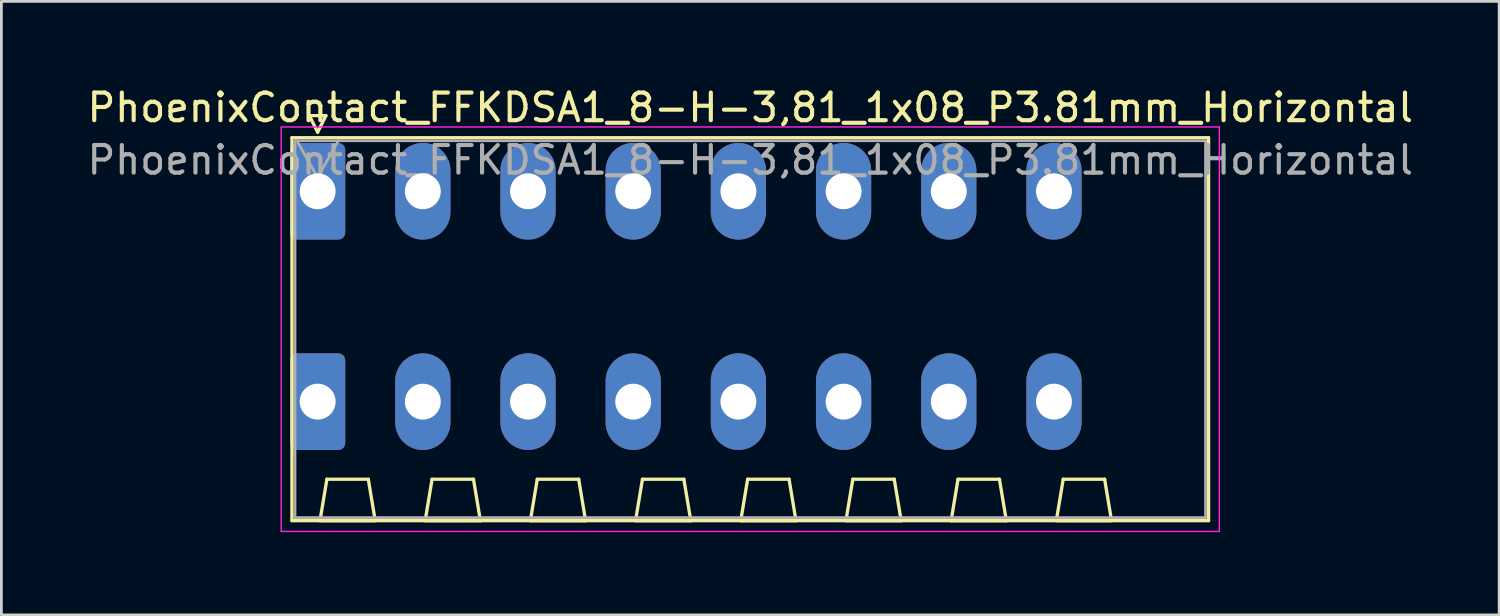
<source format=kicad_pcb>
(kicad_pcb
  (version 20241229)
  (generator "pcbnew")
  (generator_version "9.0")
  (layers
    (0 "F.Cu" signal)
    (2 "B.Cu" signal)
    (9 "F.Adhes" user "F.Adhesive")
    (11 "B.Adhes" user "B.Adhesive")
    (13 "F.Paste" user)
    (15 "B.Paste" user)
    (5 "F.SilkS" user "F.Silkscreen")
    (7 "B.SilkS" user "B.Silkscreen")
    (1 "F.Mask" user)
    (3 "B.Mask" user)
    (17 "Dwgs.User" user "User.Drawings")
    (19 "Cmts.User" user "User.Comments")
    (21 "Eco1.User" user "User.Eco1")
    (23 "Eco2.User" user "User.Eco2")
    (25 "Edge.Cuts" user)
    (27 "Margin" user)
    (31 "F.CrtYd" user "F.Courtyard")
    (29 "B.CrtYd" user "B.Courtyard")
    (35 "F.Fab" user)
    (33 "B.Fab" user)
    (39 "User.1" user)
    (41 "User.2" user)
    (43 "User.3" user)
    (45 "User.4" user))
  (footprint "PhoenixContact_FFKDSA1_8-H-3,81_1x08_P3.81mm_Horizontal"
    (layer "F.Cu")
    (at 8.455 3.878)
    (property "Reference" "PhoenixContact_FFKDSA1_8-H-3,81_1x08_P3.81mm_Horizontal" (at 15.67 -3.03 0) (layer "F.SilkS") (effects (font (size 1 1) (thickness 0.15))))
    (attr through_hole)
    (fp_line (start -0.93 -1.94) (end -0.93 11.93) (stroke (width 0.12) (type solid)) (layer "F.SilkS"))
    (fp_line (start -0.93 11.93) (end 32.27 11.93) (stroke (width 0.12) (type solid)) (layer "F.SilkS"))
    (fp_line (start -0.3 -2.74) (end 0.3 -2.74) (stroke (width 0.12) (type solid)) (layer "F.SilkS"))
    (fp_line (start 0 -2.14) (end -0.3 -2.74) (stroke (width 0.12) (type solid)) (layer "F.SilkS"))
    (fp_line (start 0.085 11.93) (end 2.085 11.93) (stroke (width 0.12) (type solid)) (layer "F.SilkS"))
    (fp_line (start 0.3 -2.74) (end 0 -2.14) (stroke (width 0.12) (type solid)) (layer "F.SilkS"))
    (fp_line (start 0.335 10.43) (end 0.085 11.93) (stroke (width 0.12) (type solid)) (layer "F.SilkS"))
    (fp_line (start 1.835 10.43) (end 0.335 10.43) (stroke (width 0.12) (type solid)) (layer "F.SilkS"))
    (fp_line (start 2.085 11.93) (end 1.835 10.43) (stroke (width 0.12) (type solid)) (layer "F.SilkS"))
    (fp_line (start 3.895 11.93) (end 5.895 11.93) (stroke (width 0.12) (type solid)) (layer "F.SilkS"))
    (fp_line (start 4.145 10.43) (end 3.895 11.93) (stroke (width 0.12) (type solid)) (layer "F.SilkS"))
    (fp_line (start 5.645 10.43) (end 4.145 10.43) (stroke (width 0.12) (type solid)) (layer "F.SilkS"))
    (fp_line (start 5.895 11.93) (end 5.645 10.43) (stroke (width 0.12) (type solid)) (layer "F.SilkS"))
    (fp_line (start 7.705 11.93) (end 9.705 11.93) (stroke (width 0.12) (type solid)) (layer "F.SilkS"))
    (fp_line (start 7.955 10.43) (end 7.705 11.93) (stroke (width 0.12) (type solid)) (layer "F.SilkS"))
    (fp_line (start 9.455 10.43) (end 7.955 10.43) (stroke (width 0.12) (type solid)) (layer "F.SilkS"))
    (fp_line (start 9.705 11.93) (end 9.455 10.43) (stroke (width 0.12) (type solid)) (layer "F.SilkS"))
    (fp_line (start 11.515 11.93) (end 13.515 11.93) (stroke (width 0.12) (type solid)) (layer "F.SilkS"))
    (fp_line (start 11.765 10.43) (end 11.515 11.93) (stroke (width 0.12) (type solid)) (layer "F.SilkS"))
    (fp_line (start 13.265 10.43) (end 11.765 10.43) (stroke (width 0.12) (type solid)) (layer "F.SilkS"))
    (fp_line (start 13.515 11.93) (end 13.265 10.43) (stroke (width 0.12) (type solid)) (layer "F.SilkS"))
    (fp_line (start 15.325 11.93) (end 17.325 11.93) (stroke (width 0.12) (type solid)) (layer "F.SilkS"))
    (fp_line (start 15.575 10.43) (end 15.325 11.93) (stroke (width 0.12) (type solid)) (layer "F.SilkS"))
    (fp_line (start 17.075 10.43) (end 15.575 10.43) (stroke (width 0.12) (type solid)) (layer "F.SilkS"))
    (fp_line (start 17.325 11.93) (end 17.075 10.43) (stroke (width 0.12) (type solid)) (layer "F.SilkS"))
    (fp_line (start 19.135 11.93) (end 21.135 11.93) (stroke (width 0.12) (type solid)) (layer "F.SilkS"))
    (fp_line (start 19.385 10.43) (end 19.135 11.93) (stroke (width 0.12) (type solid)) (layer "F.SilkS"))
    (fp_line (start 20.885 10.43) (end 19.385 10.43) (stroke (width 0.12) (type solid)) (layer "F.SilkS"))
    (fp_line (start 21.135 11.93) (end 20.885 10.43) (stroke (width 0.12) (type solid)) (layer "F.SilkS"))
    (fp_line (start 22.945 11.93) (end 24.945 11.93) (stroke (width 0.12) (type solid)) (layer "F.SilkS"))
    (fp_line (start 23.195 10.43) (end 22.945 11.93) (stroke (width 0.12) (type solid)) (layer "F.SilkS"))
    (fp_line (start 24.695 10.43) (end 23.195 10.43) (stroke (width 0.12) (type solid)) (layer "F.SilkS"))
    (fp_line (start 24.945 11.93) (end 24.695 10.43) (stroke (width 0.12) (type solid)) (layer "F.SilkS"))
    (fp_line (start 26.755 11.93) (end 28.755 11.93) (stroke (width 0.12) (type solid)) (layer "F.SilkS"))
    (fp_line (start 27.005 10.43) (end 26.755 11.93) (stroke (width 0.12) (type solid)) (layer "F.SilkS"))
    (fp_line (start 28.505 10.43) (end 27.005 10.43) (stroke (width 0.12) (type solid)) (layer "F.SilkS"))
    (fp_line (start 28.755 11.93) (end 28.505 10.43) (stroke (width 0.12) (type solid)) (layer "F.SilkS"))
    (fp_line (start 32.27 -1.94) (end -0.93 -1.94) (stroke (width 0.12) (type solid)) (layer "F.SilkS"))
    (fp_line (start 32.27 11.93) (end 32.27 -1.94) (stroke (width 0.12) (type solid)) (layer "F.SilkS"))
    (fp_line (start -1.32 -2.33) (end -1.32 12.32) (stroke (width 0.05) (type solid)) (layer "F.CrtYd"))
    (fp_line (start -1.32 12.32) (end 32.66 12.32) (stroke (width 0.05) (type solid)) (layer "F.CrtYd"))
    (fp_line (start 32.66 -2.33) (end -1.32 -2.33) (stroke (width 0.05) (type solid)) (layer "F.CrtYd"))
    (fp_line (start 32.66 12.32) (end 32.66 -2.33) (stroke (width 0.05) (type solid)) (layer "F.CrtYd"))
    (fp_line (start -0.82 -1.83) (end -0.82 11.82) (stroke (width 0.1) (type solid)) (layer "F.Fab"))
    (fp_line (start -0.82 11.82) (end 32.16 11.82) (stroke (width 0.1) (type solid)) (layer "F.Fab"))
    (fp_line (start 0 -0.5) (end -0.75 -1.83) (stroke (width 0.1) (type solid)) (layer "F.Fab"))
    (fp_line (start 0.75 -1.83) (end 0 -0.5) (stroke (width 0.1) (type solid)) (layer "F.Fab"))
    (fp_line (start 32.16 -1.83) (end -0.82 -1.83) (stroke (width 0.1) (type solid)) (layer "F.Fab"))
    (fp_line (start 32.16 11.82) (end 32.16 -1.83) (stroke (width 0.1) (type solid)) (layer "F.Fab"))
    (fp_text user "${REFERENCE}" (at 15.67 -1.13 0) (layer "F.Fab") (effects (font (size 1 1) (thickness 0.15))))
    (pad "1" thru_hole roundrect (at 0 0) (size 2 3.5) (drill 1.3) (layers "*.Cu" "*.Mask") (roundrect_rratio 0.125))
    (pad "1" thru_hole roundrect (at 0 7.62) (size 2 3.5) (drill 1.3) (layers "*.Cu" "*.Mask") (roundrect_rratio 0.125))
    (pad "2" thru_hole oval (at 3.81 0) (size 2 3.5) (drill 1.3) (layers "*.Cu" "*.Mask"))
    (pad "2" thru_hole oval (at 3.81 7.62) (size 2 3.5) (drill 1.3) (layers "*.Cu" "*.Mask"))
    (pad "3" thru_hole oval (at 7.62 0) (size 2 3.5) (drill 1.3) (layers "*.Cu" "*.Mask"))
    (pad "3" thru_hole oval (at 7.62 7.62) (size 2 3.5) (drill 1.3) (layers "*.Cu" "*.Mask"))
    (pad "4" thru_hole oval (at 11.43 0) (size 2 3.5) (drill 1.3) (layers "*.Cu" "*.Mask"))
    (pad "4" thru_hole oval (at 11.43 7.62) (size 2 3.5) (drill 1.3) (layers "*.Cu" "*.Mask"))
    (pad "5" thru_hole oval (at 15.24 0) (size 2 3.5) (drill 1.3) (layers "*.Cu" "*.Mask"))
    (pad "5" thru_hole oval (at 15.24 7.62) (size 2 3.5) (drill 1.3) (layers "*.Cu" "*.Mask"))
    (pad "6" thru_hole oval (at 19.05 0) (size 2 3.5) (drill 1.3) (layers "*.Cu" "*.Mask"))
    (pad "6" thru_hole oval (at 19.05 7.62) (size 2 3.5) (drill 1.3) (layers "*.Cu" "*.Mask"))
    (pad "7" thru_hole oval (at 22.86 0) (size 2 3.5) (drill 1.3) (layers "*.Cu" "*.Mask"))
    (pad "7" thru_hole oval (at 22.86 7.62) (size 2 3.5) (drill 1.3) (layers "*.Cu" "*.Mask"))
    (pad "8" thru_hole oval (at 26.67 0) (size 2 3.5) (drill 1.3) (layers "*.Cu" "*.Mask"))
    (pad "8" thru_hole oval (at 26.67 7.62) (size 2 3.5) (drill 1.3) (layers "*.Cu" "*.Mask")))
  (gr_rect
    (start -3 -3)
    (end 51.25 19.223)
    (stroke (width 0.1) (type default))
    (fill no)
    (layer "Edge.Cuts")))
</source>
